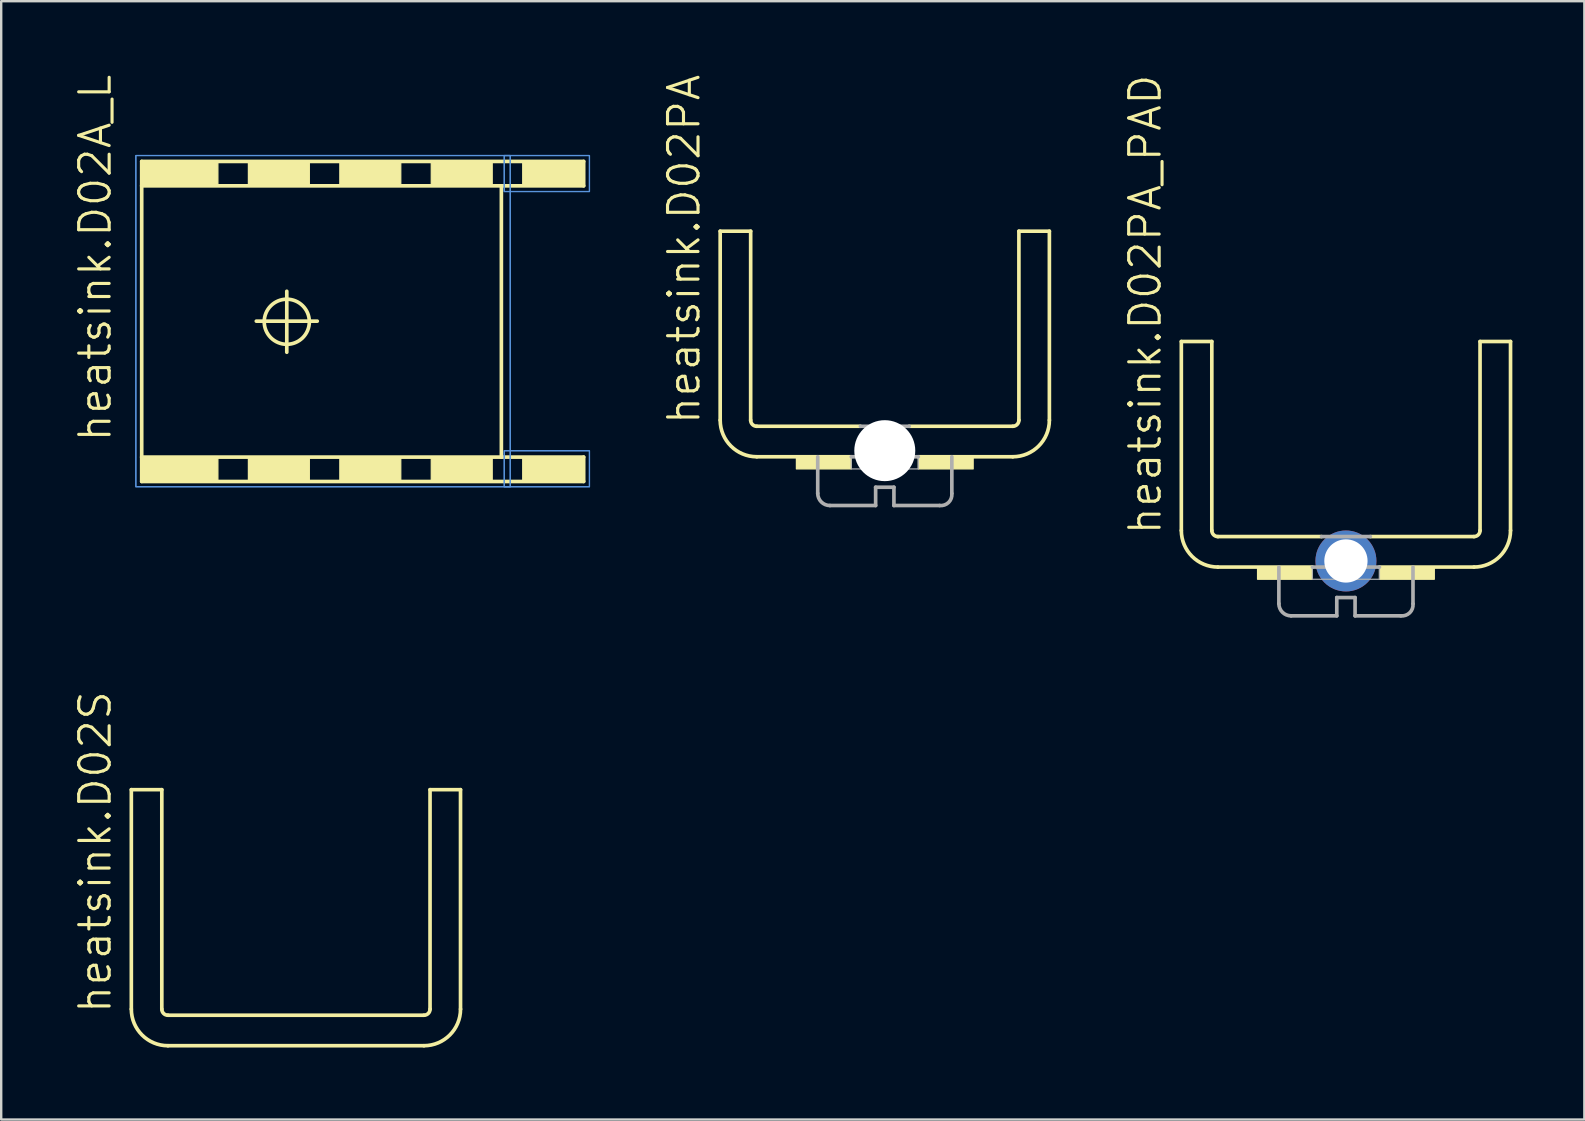
<source format=kicad_pcb>
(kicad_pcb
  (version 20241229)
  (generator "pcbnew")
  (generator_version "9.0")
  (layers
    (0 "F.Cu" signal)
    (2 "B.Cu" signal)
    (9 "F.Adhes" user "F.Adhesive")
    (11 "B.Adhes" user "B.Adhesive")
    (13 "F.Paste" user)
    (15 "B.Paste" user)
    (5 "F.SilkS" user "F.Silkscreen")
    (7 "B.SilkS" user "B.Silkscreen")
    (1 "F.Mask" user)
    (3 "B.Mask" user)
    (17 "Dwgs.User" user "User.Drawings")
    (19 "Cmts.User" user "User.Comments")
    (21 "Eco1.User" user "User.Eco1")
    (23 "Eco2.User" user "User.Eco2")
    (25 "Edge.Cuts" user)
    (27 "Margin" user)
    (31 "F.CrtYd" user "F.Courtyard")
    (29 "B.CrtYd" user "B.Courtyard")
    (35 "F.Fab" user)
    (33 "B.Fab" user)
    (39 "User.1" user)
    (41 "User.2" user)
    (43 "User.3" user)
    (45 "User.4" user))
  (footprint "heatsink.D02PA"
    (layer "F.Cu")
    (at 33.815 14.711)
    (property "Reference" "heatsink.D02PA" (at -7.62 0 90) (layer "F.SilkS") (effects (font (size 1.27 1.27) (thickness 0.13)) (justify left bottom)))
    (fp_line (start -6.858 -8.128) (end -5.588 -8.128) (stroke (width 0.152) (type default)) (layer "F.SilkS"))
    (fp_line (start -6.858 -0.254) (end -6.858 -8.128) (stroke (width 0.152) (type default)) (layer "F.SilkS"))
    (fp_line (start -5.588 -0.254) (end -5.588 -8.128) (stroke (width 0.152) (type default)) (layer "F.SilkS"))
    (fp_line (start -5.334 0) (end -1.016 0) (stroke (width 0.152) (type default)) (layer "F.SilkS"))
    (fp_line (start -1.397 1.27) (end -5.334 1.27) (stroke (width 0.152) (type default)) (layer "F.SilkS"))
    (fp_line (start 1.016 0) (end 5.334 0) (stroke (width 0.152) (type default)) (layer "F.SilkS"))
    (fp_line (start 1.397 1.27) (end 5.334 1.27) (stroke (width 0.152) (type default)) (layer "F.SilkS"))
    (fp_line (start 5.588 -0.254) (end 5.588 -8.128) (stroke (width 0.152) (type default)) (layer "F.SilkS"))
    (fp_line (start 6.858 -8.128) (end 5.588 -8.128) (stroke (width 0.152) (type default)) (layer "F.SilkS"))
    (fp_line (start 6.858 -0.254) (end 6.858 -8.128) (stroke (width 0.152) (type default)) (layer "F.SilkS"))
    (fp_rect (start -3.683 1.778) (end -1.397 1.27) (stroke (width 0.05) (type default)) (fill yes) (layer "F.SilkS"))
    (fp_rect (start 1.397 1.778) (end 3.683 1.27) (stroke (width 0.05) (type default)) (fill yes) (layer "F.SilkS"))
    (fp_arc (start -5.334 0) (mid -5.513605 -0.074395) (end -5.588 -0.254) (stroke (width 0.1524) (type default)) (layer "F.SilkS"))
    (fp_arc (start -5.334 1.27) (mid -6.411631 0.823631) (end -6.858 -0.254) (stroke (width 0.1524) (type default)) (layer "F.SilkS"))
    (fp_arc (start 5.588 -0.254) (mid 5.513605 -0.074395) (end 5.334 0) (stroke (width 0.1524) (type default)) (layer "F.SilkS"))
    (fp_arc (start 6.858 -0.254) (mid 6.411631 0.823631) (end 5.334 1.27) (stroke (width 0.1524) (type default)) (layer "F.SilkS"))
    (fp_line (start -2.794 2.794) (end -2.794 1.27) (stroke (width 0.152) (type default)) (layer "F.Fab"))
    (fp_line (start -2.286 3.302) (end -0.381 3.302) (stroke (width 0.152) (type default)) (layer "F.Fab"))
    (fp_line (start -1.016 0) (end 1.016 0) (stroke (width 0.152) (type default)) (layer "F.Fab"))
    (fp_line (start -0.381 2.54) (end -0.381 3.302) (stroke (width 0.152) (type default)) (layer "F.Fab"))
    (fp_line (start -0.381 2.54) (end 0.381 2.54) (stroke (width 0.152) (type default)) (layer "F.Fab"))
    (fp_line (start 0.381 3.302) (end 0.381 2.54) (stroke (width 0.152) (type default)) (layer "F.Fab"))
    (fp_line (start 1.397 1.27) (end -1.397 1.27) (stroke (width 0.152) (type default)) (layer "F.Fab"))
    (fp_line (start 2.286 3.302) (end 0.381 3.302) (stroke (width 0.152) (type default)) (layer "F.Fab"))
    (fp_line (start 2.794 2.794) (end 2.794 1.27) (stroke (width 0.152) (type default)) (layer "F.Fab"))
    (fp_rect (start -1.397 1.778) (end 1.397 1.27) (stroke (width 0.05) (type default)) (fill no) (layer "F.Fab"))
    (fp_arc (start -2.286 3.302) (mid -2.64521 3.15321) (end -2.794 2.794) (stroke (width 0.1524) (type default)) (layer "F.Fab"))
    (fp_arc (start 2.795 2.8049) (mid 2.658167 3.173934) (end 2.286 3.302) (stroke (width 0.1524) (type default)) (layer "F.Fab"))
    (pad "" np_thru_hole circle (at 0 1.016) (size 2.54 2.54) (drill 2.54) (layers "*.Cu" "*.Mask")))
  (footprint "heatsink.D02PA_PAD"
    (layer "F.Cu")
    (at 53.029 19.307)
    (property "Reference" "heatsink.D02PA_PAD" (at -7.62 0 90) (layer "F.SilkS") (effects (font (size 1.27 1.27) (thickness 0.13)) (justify left bottom)))
    (attr through_hole)
    (fp_line (start -6.858 -8.128) (end -5.588 -8.128) (stroke (width 0.152) (type default)) (layer "F.SilkS"))
    (fp_line (start -6.858 -0.254) (end -6.858 -8.128) (stroke (width 0.152) (type default)) (layer "F.SilkS"))
    (fp_line (start -5.588 -0.254) (end -5.588 -8.128) (stroke (width 0.152) (type default)) (layer "F.SilkS"))
    (fp_line (start -5.334 0) (end -1.016 0) (stroke (width 0.152) (type default)) (layer "F.SilkS"))
    (fp_line (start -1.397 1.27) (end -5.334 1.27) (stroke (width 0.152) (type default)) (layer "F.SilkS"))
    (fp_line (start 1.016 0) (end 5.334 0) (stroke (width 0.152) (type default)) (layer "F.SilkS"))
    (fp_line (start 1.397 1.27) (end 5.334 1.27) (stroke (width 0.152) (type default)) (layer "F.SilkS"))
    (fp_line (start 5.588 -0.254) (end 5.588 -8.128) (stroke (width 0.152) (type default)) (layer "F.SilkS"))
    (fp_line (start 6.858 -8.128) (end 5.588 -8.128) (stroke (width 0.152) (type default)) (layer "F.SilkS"))
    (fp_line (start 6.858 -0.254) (end 6.858 -8.128) (stroke (width 0.152) (type default)) (layer "F.SilkS"))
    (fp_rect (start -3.683 1.778) (end -1.397 1.27) (stroke (width 0.05) (type default)) (fill yes) (layer "F.SilkS"))
    (fp_rect (start 1.397 1.778) (end 3.683 1.27) (stroke (width 0.05) (type default)) (fill yes) (layer "F.SilkS"))
    (fp_arc (start -5.334 0) (mid -5.513605 -0.074395) (end -5.588 -0.254) (stroke (width 0.1524) (type default)) (layer "F.SilkS"))
    (fp_arc (start -5.334 1.27) (mid -6.411631 0.823631) (end -6.858 -0.254) (stroke (width 0.1524) (type default)) (layer "F.SilkS"))
    (fp_arc (start 5.588 -0.254) (mid 5.513605 -0.074395) (end 5.334 0) (stroke (width 0.1524) (type default)) (layer "F.SilkS"))
    (fp_arc (start 6.858 -0.254) (mid 6.411631 0.823631) (end 5.334 1.27) (stroke (width 0.1524) (type default)) (layer "F.SilkS"))
    (fp_line (start -2.794 2.794) (end -2.794 1.27) (stroke (width 0.152) (type default)) (layer "F.Fab"))
    (fp_line (start -2.286 3.302) (end -0.381 3.302) (stroke (width 0.152) (type default)) (layer "F.Fab"))
    (fp_line (start -1.016 0) (end 1.016 0) (stroke (width 0.152) (type default)) (layer "F.Fab"))
    (fp_line (start -0.381 2.54) (end -0.381 3.302) (stroke (width 0.152) (type default)) (layer "F.Fab"))
    (fp_line (start -0.381 2.54) (end 0.381 2.54) (stroke (width 0.152) (type default)) (layer "F.Fab"))
    (fp_line (start 0.381 3.302) (end 0.381 2.54) (stroke (width 0.152) (type default)) (layer "F.Fab"))
    (fp_line (start 1.397 1.27) (end -1.397 1.27) (stroke (width 0.152) (type default)) (layer "F.Fab"))
    (fp_line (start 2.286 3.302) (end 0.381 3.302) (stroke (width 0.152) (type default)) (layer "F.Fab"))
    (fp_line (start 2.794 2.794) (end 2.794 1.27) (stroke (width 0.152) (type default)) (layer "F.Fab"))
    (fp_rect (start -1.397 1.778) (end 1.397 1.27) (stroke (width 0.05) (type default)) (fill no) (layer "F.Fab"))
    (fp_arc (start -2.286 3.302) (mid -2.64521 3.15321) (end -2.794 2.794) (stroke (width 0.1524) (type default)) (layer "F.Fab"))
    (fp_arc (start 2.795 2.8049) (mid 2.658131 3.173897) (end 2.286 3.302) (stroke (width 0.1524) (type default)) (layer "F.Fab"))
    (pad "B" thru_hole circle (at 0 1.016) (size 2.54 2.54) (drill 1.803) (layers "*.Cu" "*.Mask")))
  (footprint "heatsink.D02A_L"
    (layer "F.Cu")
    (at 14.36 10.331)
    (property "Reference" "heatsink.D02A_L" (at -12.7 5.105 90) (layer "F.SilkS") (effects (font (size 1.27 1.27) (thickness 0.13)) (justify left bottom)))
    (fp_line (start -11.506 -6.655) (end 6.909 -6.655) (stroke (width 0.152) (type default)) (layer "F.SilkS"))
    (fp_line (start -11.506 -5.639) (end -11.506 -6.655) (stroke (width 0.152) (type default)) (layer "F.SilkS"))
    (fp_line (start -11.506 5.664) (end -11.506 -5.639) (stroke (width 0.152) (type default)) (layer "F.SilkS"))
    (fp_line (start -11.506 6.68) (end -11.506 5.664) (stroke (width 0.152) (type default)) (layer "F.SilkS"))
    (fp_line (start -11.506 6.68) (end 6.909 6.68) (stroke (width 0.152) (type default)) (layer "F.SilkS"))
    (fp_line (start -6.731 0) (end -4.191 0) (stroke (width 0.152) (type default)) (layer "F.SilkS"))
    (fp_line (start -5.461 -1.245) (end -5.461 1.295) (stroke (width 0.152) (type default)) (layer "F.SilkS"))
    (fp_line (start 3.48 -5.639) (end -11.506 -5.639) (stroke (width 0.152) (type default)) (layer "F.SilkS"))
    (fp_line (start 3.48 5.664) (end -11.506 5.664) (stroke (width 0.152) (type default)) (layer "F.SilkS"))
    (fp_line (start 3.48 5.664) (end 3.48 -5.639) (stroke (width 0.152) (type default)) (layer "F.SilkS"))
    (fp_line (start 6.909 -5.639) (end 3.48 -5.639) (stroke (width 0.152) (type default)) (layer "F.SilkS"))
    (fp_line (start 6.909 -5.639) (end 6.909 -6.655) (stroke (width 0.152) (type default)) (layer "F.SilkS"))
    (fp_line (start 6.909 5.664) (end 3.48 5.664) (stroke (width 0.152) (type default)) (layer "F.SilkS"))
    (fp_line (start 6.909 5.664) (end 6.909 6.68) (stroke (width 0.152) (type default)) (layer "F.SilkS"))
    (fp_rect (start -11.506 -5.639) (end -8.331 -6.655) (stroke (width 0.05) (type default)) (fill yes) (layer "F.SilkS"))
    (fp_rect (start -11.506 6.68) (end -8.331 5.664) (stroke (width 0.05) (type default)) (fill yes) (layer "F.SilkS"))
    (fp_rect (start -7.061 -5.639) (end -4.521 -6.655) (stroke (width 0.05) (type default)) (fill yes) (layer "F.SilkS"))
    (fp_rect (start -7.061 6.68) (end -4.521 5.664) (stroke (width 0.05) (type default)) (fill yes) (layer "F.SilkS"))
    (fp_rect (start -3.251 -5.639) (end -0.711 -6.655) (stroke (width 0.05) (type default)) (fill yes) (layer "F.SilkS"))
    (fp_rect (start -3.251 6.68) (end -0.711 5.664) (stroke (width 0.05) (type default)) (fill yes) (layer "F.SilkS"))
    (fp_rect (start 0.559 -5.639) (end 3.099 -6.655) (stroke (width 0.05) (type default)) (fill yes) (layer "F.SilkS"))
    (fp_rect (start 0.559 6.68) (end 3.099 5.664) (stroke (width 0.05) (type default)) (fill yes) (layer "F.SilkS"))
    (fp_rect (start 4.369 -5.639) (end 6.909 -6.655) (stroke (width 0.05) (type default)) (fill yes) (layer "F.SilkS"))
    (fp_rect (start 4.369 6.68) (end 6.909 5.664) (stroke (width 0.05) (type default)) (fill yes) (layer "F.SilkS"))
    (fp_circle (center -5.461 0.025) (end -4.521 0.025) (stroke (width 0.152) (type default)) (fill no) (layer "F.SilkS"))
    (fp_rect (start -11.75 6.9) (end 3.85 -6.9) (stroke (width 0.05) (type default)) (fill no) (layer "Cmts.User"))
    (fp_rect (start -11.75 6.9) (end 3.85 -6.9) (stroke (width 0.05) (type default)) (fill no) (layer "Cmts.User"))
    (fp_rect (start 3.6 -5.4) (end 7.15 -6.9) (stroke (width 0.05) (type default)) (fill no) (layer "Cmts.User"))
    (fp_rect (start 3.6 -5.4) (end 7.15 -6.9) (stroke (width 0.05) (type default)) (fill no) (layer "Cmts.User"))
    (fp_rect (start 3.6 6.9) (end 7.15 5.4) (stroke (width 0.05) (type default)) (fill no) (layer "Cmts.User"))
    (fp_rect (start 3.6 6.9) (end 7.15 5.4) (stroke (width 0.05) (type default)) (fill no) (layer "Cmts.User")))
  (footprint "heatsink.D02S"
    (layer "F.Cu")
    (at 9.28 39.25)
    (property "Reference" "heatsink.D02S" (at -7.62 0 90) (layer "F.SilkS") (effects (font (size 1.27 1.27) (thickness 0.13)) (justify left bottom)))
    (fp_line (start -6.858 -9.398) (end -5.588 -9.398) (stroke (width 0.152) (type default)) (layer "F.SilkS"))
    (fp_line (start -6.858 -0.254) (end -6.858 -9.398) (stroke (width 0.152) (type default)) (layer "F.SilkS"))
    (fp_line (start -5.588 -0.254) (end -5.588 -9.398) (stroke (width 0.152) (type default)) (layer "F.SilkS"))
    (fp_line (start -5.334 0) (end 5.334 0) (stroke (width 0.152) (type default)) (layer "F.SilkS"))
    (fp_line (start -5.334 1.27) (end 5.334 1.27) (stroke (width 0.152) (type default)) (layer "F.SilkS"))
    (fp_line (start 5.588 -0.254) (end 5.588 -9.398) (stroke (width 0.152) (type default)) (layer "F.SilkS"))
    (fp_line (start 6.858 -9.398) (end 5.588 -9.398) (stroke (width 0.152) (type default)) (layer "F.SilkS"))
    (fp_line (start 6.858 -0.254) (end 6.858 -9.398) (stroke (width 0.152) (type default)) (layer "F.SilkS"))
    (fp_arc (start -5.334 0) (mid -5.513605 -0.074395) (end -5.588 -0.254) (stroke (width 0.1524) (type default)) (layer "F.SilkS"))
    (fp_arc (start -5.334 1.27) (mid -6.411631 0.823631) (end -6.858 -0.254) (stroke (width 0.1524) (type default)) (layer "F.SilkS"))
    (fp_arc (start 5.588 -0.254) (mid 5.513605 -0.074395) (end 5.334 0) (stroke (width 0.1524) (type default)) (layer "F.SilkS"))
    (fp_arc (start 6.858 -0.254) (mid 6.411631 0.823631) (end 5.334 1.27) (stroke (width 0.1524) (type default)) (layer "F.SilkS")))
  (gr_rect
    (start -3 -3)
    (end 62.963 43.596)
    (stroke (width 0.1) (type default))
    (fill no)
    (layer "Edge.Cuts")))
</source>
